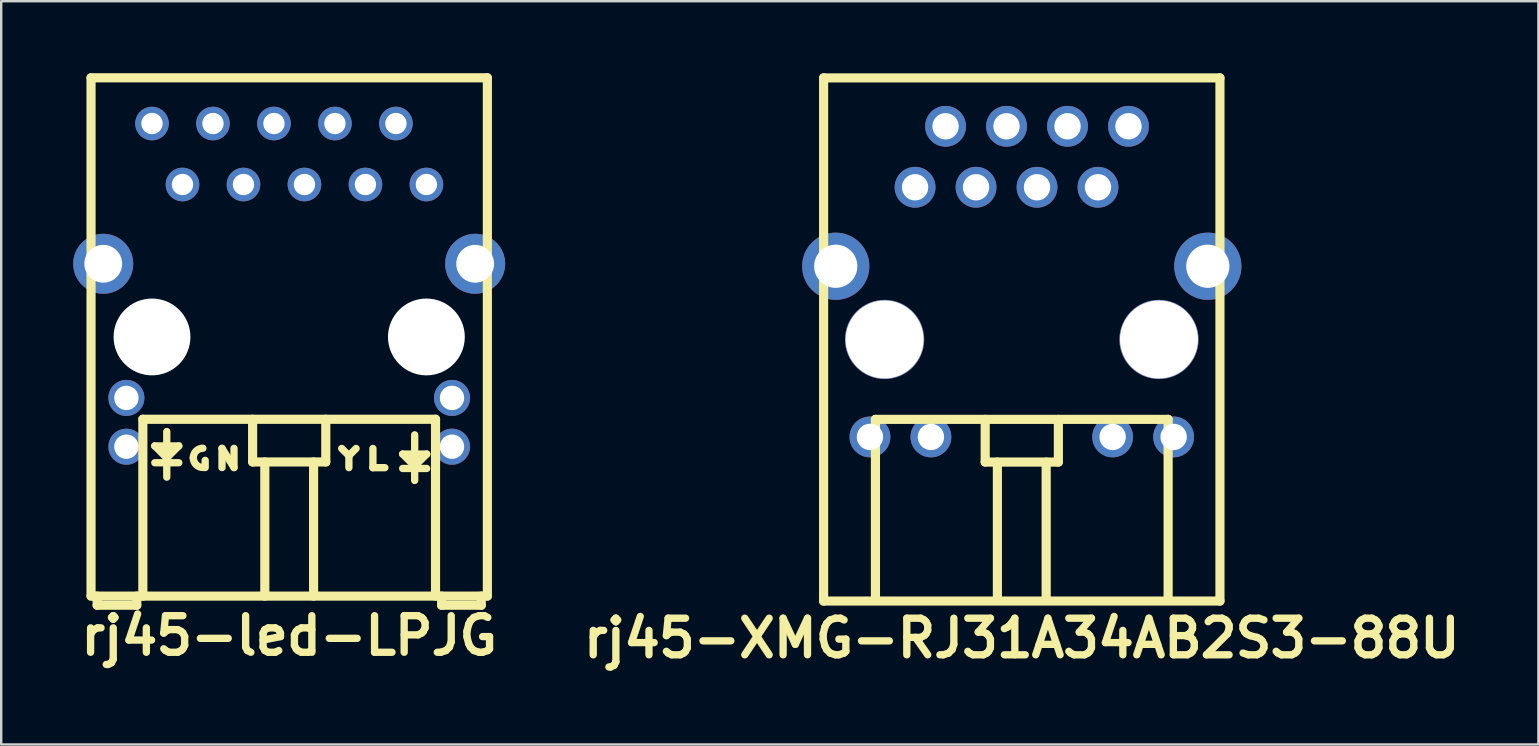
<source format=kicad_pcb>
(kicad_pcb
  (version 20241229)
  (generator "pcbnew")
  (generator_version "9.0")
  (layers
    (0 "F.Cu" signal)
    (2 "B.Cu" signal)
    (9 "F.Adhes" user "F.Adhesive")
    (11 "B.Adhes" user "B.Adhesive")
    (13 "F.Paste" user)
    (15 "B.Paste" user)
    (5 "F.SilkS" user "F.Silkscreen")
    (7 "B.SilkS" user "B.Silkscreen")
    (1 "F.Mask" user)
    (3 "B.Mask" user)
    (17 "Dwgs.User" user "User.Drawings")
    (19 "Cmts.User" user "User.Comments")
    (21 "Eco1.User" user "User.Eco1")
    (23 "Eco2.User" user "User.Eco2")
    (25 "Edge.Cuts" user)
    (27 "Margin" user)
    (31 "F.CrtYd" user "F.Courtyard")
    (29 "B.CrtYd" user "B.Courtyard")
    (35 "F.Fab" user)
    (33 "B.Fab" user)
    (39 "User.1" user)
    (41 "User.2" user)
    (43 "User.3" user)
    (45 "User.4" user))
  (footprint "rj45-XMG-RJ31A34AB2S3-88U"
    (layer "F.Cu")
    (at 39.514 11.091)
    (property "Reference" "rj45-XMG-RJ31A34AB2S3-88U" (at 0 12.446 0) (layer "F.SilkS") (effects (font (size 1.524 1.524) (thickness 0.305))))
    (attr through_hole)
    (fp_line (start -8.255 -10.895) (end 8.255 -10.895) (stroke (width 0.381) (type solid)) (layer "F.SilkS"))
    (fp_line (start -8.255 10.895) (end 8.255 10.895) (stroke (width 0.381) (type solid)) (layer "F.SilkS"))
    (fp_line (start -8.255 10.9) (end -8.255 -10.9) (stroke (width 0.381) (type solid)) (layer "F.SilkS"))
    (fp_line (start -6.096 3.329) (end -6.096 10.695) (stroke (width 0.381) (type solid)) (layer "F.SilkS"))
    (fp_line (start -6.096 3.329) (end 6.096 3.329) (stroke (width 0.381) (type solid)) (layer "F.SilkS"))
    (fp_line (start -1.524 5.107) (end -1.524 3.329) (stroke (width 0.381) (type solid)) (layer "F.SilkS"))
    (fp_line (start -1.016 10.695) (end -1.016 5.107) (stroke (width 0.381) (type solid)) (layer "F.SilkS"))
    (fp_line (start 1.016 5.107) (end 1.016 10.695) (stroke (width 0.381) (type solid)) (layer "F.SilkS"))
    (fp_line (start 1.524 3.329) (end 1.524 5.107) (stroke (width 0.381) (type solid)) (layer "F.SilkS"))
    (fp_line (start 1.524 5.107) (end -1.524 5.107) (stroke (width 0.381) (type solid)) (layer "F.SilkS"))
    (fp_line (start 6.096 3.329) (end 6.096 10.695) (stroke (width 0.381) (type solid)) (layer "F.SilkS"))
    (fp_line (start 8.255 -10.9) (end 8.255 10.9) (stroke (width 0.381) (type solid)) (layer "F.SilkS"))
    (pad "" np_thru_hole circle (at -5.715 0) (size 3.3 3.3) (drill 3.25) (layers "*.Cu"))
    (pad "" np_thru_hole circle (at 5.715 0) (size 3.3 3.3) (drill 3.25) (layers "*.Cu"))
    (pad "1" thru_hole circle (at -4.445 -6.34) (size 1.7 1.7) (drill 1.1) (layers "*.Cu" "*.Mask"))
    (pad "2" thru_hole circle (at -3.175 -8.88) (size 1.7 1.7) (drill 1.1) (layers "*.Cu" "*.Mask"))
    (pad "3" thru_hole circle (at -1.905 -6.34) (size 1.7 1.7) (drill 1.1) (layers "*.Cu" "*.Mask"))
    (pad "4" thru_hole circle (at -0.635 -8.88) (size 1.7 1.7) (drill 1.1) (layers "*.Cu" "*.Mask"))
    (pad "5" thru_hole circle (at 0.635 -6.34) (size 1.7 1.7) (drill 1.1) (layers "*.Cu" "*.Mask"))
    (pad "6" thru_hole circle (at 1.905 -8.88) (size 1.7 1.7) (drill 1.1) (layers "*.Cu" "*.Mask"))
    (pad "7" thru_hole circle (at 3.175 -6.34) (size 1.7 1.7) (drill 1.1) (layers "*.Cu" "*.Mask"))
    (pad "8" thru_hole circle (at 4.445 -8.88) (size 1.7 1.7) (drill 1.1) (layers "*.Cu" "*.Mask"))
    (pad "9" thru_hole circle (at -6.325 4.06) (size 1.7 1.7) (drill 1.1) (layers "*.Cu" "*.Mask"))
    (pad "10" thru_hole circle (at -3.785 4.06) (size 1.7 1.7) (drill 1.1) (layers "*.Cu" "*.Mask"))
    (pad "11" thru_hole circle (at 3.785 4.06) (size 1.7 1.7) (drill 1.1) (layers "*.Cu" "*.Mask"))
    (pad "12" thru_hole circle (at 6.325 4.06) (size 1.7 1.7) (drill 1.1) (layers "*.Cu" "*.Mask"))
    (pad "13" thru_hole circle (at -7.75 -3.05) (size 2.8 2.8) (drill 1.8) (layers "*.Cu" "*.Mask"))
    (pad "14" thru_hole circle (at 7.75 -3.05) (size 2.8 2.8) (drill 1.8) (layers "*.Cu" "*.Mask")))
  (footprint "rj45-led-LPJG"
    (layer "F.Cu")
    (at 8.997 10.986)
    (property "Reference" "rj45-led-LPJG" (at 0 12.446 0) (layer "F.SilkS") (effects (font (size 1.524 1.524) (thickness 0.305))))
    (attr through_hole)
    (fp_line (start -8.255 -10.795) (end 8.255 -10.795) (stroke (width 0.381) (type solid)) (layer "F.SilkS"))
    (fp_line (start -8.255 10.795) (end -8.255 -10.795) (stroke (width 0.381) (type solid)) (layer "F.SilkS"))
    (fp_line (start -8.255 10.795) (end 8.255 10.795) (stroke (width 0.381) (type solid)) (layer "F.SilkS"))
    (fp_line (start -8.001 11.176) (end -8.001 10.795) (stroke (width 0.381) (type solid)) (layer "F.SilkS"))
    (fp_line (start -8.001 11.176) (end -6.35 11.176) (stroke (width 0.381) (type solid)) (layer "F.SilkS"))
    (fp_line (start -6.35 11.176) (end -6.35 10.795) (stroke (width 0.381) (type solid)) (layer "F.SilkS"))
    (fp_line (start -6.096 3.429) (end -6.096 10.795) (stroke (width 0.381) (type solid)) (layer "F.SilkS"))
    (fp_line (start -6.096 3.429) (end 6.096 3.429) (stroke (width 0.381) (type solid)) (layer "F.SilkS"))
    (fp_line (start -5.601 4.539) (end -4.6 4.539) (stroke (width 0.305) (type solid)) (layer "F.SilkS"))
    (fp_line (start -5.1 5.039) (end -5.601 4.539) (stroke (width 0.305) (type solid)) (layer "F.SilkS"))
    (fp_line (start -5.1 5.839) (end -5.1 3.94) (stroke (width 0.305) (type solid)) (layer "F.SilkS"))
    (fp_line (start -4.6 4.539) (end -5.1 5.039) (stroke (width 0.305) (type solid)) (layer "F.SilkS"))
    (fp_line (start -4.6 5.24) (end -5.598 5.24) (stroke (width 0.305) (type solid)) (layer "F.SilkS"))
    (fp_line (start -3.5 5.141) (end -3.5 5.441) (stroke (width 0.305) (type solid)) (layer "F.SilkS"))
    (fp_line (start -2.799 4.641) (end -2.299 5.441) (stroke (width 0.305) (type solid)) (layer "F.SilkS"))
    (fp_line (start -2.799 5.441) (end -2.799 4.641) (stroke (width 0.305) (type solid)) (layer "F.SilkS"))
    (fp_line (start -2.299 5.441) (end -2.299 4.641) (stroke (width 0.305) (type solid)) (layer "F.SilkS"))
    (fp_line (start -1.524 5.207) (end -1.524 3.429) (stroke (width 0.381) (type solid)) (layer "F.SilkS"))
    (fp_line (start -1.016 10.795) (end -1.016 5.207) (stroke (width 0.381) (type solid)) (layer "F.SilkS"))
    (fp_line (start 1.016 5.207) (end 1.016 10.795) (stroke (width 0.381) (type solid)) (layer "F.SilkS"))
    (fp_line (start 1.524 3.429) (end 1.524 5.207) (stroke (width 0.381) (type solid)) (layer "F.SilkS"))
    (fp_line (start 1.524 5.207) (end -1.524 5.207) (stroke (width 0.381) (type solid)) (layer "F.SilkS"))
    (fp_line (start 2.487 4.943) (end 2.487 5.443) (stroke (width 0.305) (type solid)) (layer "F.SilkS"))
    (fp_line (start 2.487 4.945) (end 2.187 4.646) (stroke (width 0.305) (type solid)) (layer "F.SilkS"))
    (fp_line (start 2.487 4.945) (end 2.786 4.646) (stroke (width 0.305) (type solid)) (layer "F.SilkS"))
    (fp_line (start 3.487 4.646) (end 3.487 5.446) (stroke (width 0.305) (type solid)) (layer "F.SilkS"))
    (fp_line (start 3.487 5.446) (end 3.985 5.446) (stroke (width 0.305) (type solid)) (layer "F.SilkS"))
    (fp_line (start 4.727 4.879) (end 5.728 4.879) (stroke (width 0.305) (type solid)) (layer "F.SilkS"))
    (fp_line (start 5.227 4.079) (end 5.227 5.979) (stroke (width 0.305) (type solid)) (layer "F.SilkS"))
    (fp_line (start 5.227 5.38) (end 4.727 4.879) (stroke (width 0.305) (type solid)) (layer "F.SilkS"))
    (fp_line (start 5.728 4.879) (end 5.227 5.38) (stroke (width 0.305) (type solid)) (layer "F.SilkS"))
    (fp_line (start 5.728 5.479) (end 4.727 5.479) (stroke (width 0.305) (type solid)) (layer "F.SilkS"))
    (fp_line (start 6.096 3.429) (end 6.096 10.795) (stroke (width 0.381) (type solid)) (layer "F.SilkS"))
    (fp_line (start 6.35 11.176) (end 6.35 10.795) (stroke (width 0.381) (type solid)) (layer "F.SilkS"))
    (fp_line (start 6.35 11.176) (end 8.001 11.176) (stroke (width 0.381) (type solid)) (layer "F.SilkS"))
    (fp_line (start 8.001 11.176) (end 8.001 10.795) (stroke (width 0.381) (type solid)) (layer "F.SilkS"))
    (fp_line (start 8.255 -10.795) (end 8.255 10.795) (stroke (width 0.381) (type solid)) (layer "F.SilkS"))
    (fp_arc (start -3.99542 5.03682) (mid -3.877876 4.753044) (end -3.5941 4.6355) (stroke (width 0.3048) (type solid)) (layer "F.SilkS"))
    (fp_arc (start -3.5941 5.43814) (mid -3.877876 5.320596) (end -3.99542 5.03682) (stroke (width 0.3048) (type solid)) (layer "F.SilkS"))
    (pad "" np_thru_hole circle (at -5.715 0) (size 3.2 3.2) (drill 3.2) (layers "*.Cu"))
    (pad "" np_thru_hole circle (at 5.715 0) (size 3.2 3.2) (drill 3.2) (layers "*.Cu"))
    (pad "1" thru_hole circle (at 5.715 -6.35) (size 1.4 1.4) (drill 0.889) (layers "*.Cu" "*.Mask"))
    (pad "2" thru_hole circle (at 4.445 -8.89) (size 1.4 1.4) (drill 0.889) (layers "*.Cu" "*.Mask"))
    (pad "3" thru_hole circle (at 3.175 -6.35) (size 1.4 1.4) (drill 0.889) (layers "*.Cu" "*.Mask"))
    (pad "4" thru_hole circle (at 1.905 -8.89) (size 1.4 1.4) (drill 0.889) (layers "*.Cu" "*.Mask"))
    (pad "5" thru_hole circle (at 0.635 -6.35) (size 1.4 1.4) (drill 0.889) (layers "*.Cu" "*.Mask"))
    (pad "6" thru_hole circle (at -0.635 -8.89) (size 1.4 1.4) (drill 0.889) (layers "*.Cu" "*.Mask"))
    (pad "7" thru_hole circle (at -1.905 -6.35) (size 1.4 1.4) (drill 0.889) (layers "*.Cu" "*.Mask"))
    (pad "8" thru_hole circle (at -3.175 -8.89) (size 1.4 1.4) (drill 0.889) (layers "*.Cu" "*.Mask"))
    (pad "9" thru_hole circle (at -4.445 -6.35) (size 1.4 1.4) (drill 0.889) (layers "*.Cu" "*.Mask"))
    (pad "10" thru_hole circle (at -5.715 -8.89) (size 1.4 1.4) (drill 0.889) (layers "*.Cu" "*.Mask"))
    (pad "11" thru_hole circle (at 6.782 2.54) (size 1.501 1.501) (drill 1.016) (layers "*.Cu" "*.Mask"))
    (pad "12" thru_hole circle (at 6.782 4.572) (size 1.501 1.501) (drill 1.016) (layers "*.Cu" "*.Mask"))
    (pad "13" thru_hole circle (at -6.782 2.54) (size 1.501 1.501) (drill 1.016) (layers "*.Cu" "*.Mask"))
    (pad "14" thru_hole circle (at -6.782 4.572) (size 1.501 1.501) (drill 1.016) (layers "*.Cu" "*.Mask"))
    (pad "15" thru_hole circle (at 7.747 -3.048) (size 2.499 2.499) (drill 1.575) (layers "*.Cu" "*.Mask"))
    (pad "16" thru_hole circle (at -7.747 -3.048) (size 2.499 2.499) (drill 1.575) (layers "*.Cu" "*.Mask")))
  (gr_rect
    (start -3 -3)
    (end 61.034 27.963)
    (stroke (width 0.1) (type default))
    (fill no)
    (layer "Edge.Cuts")))
</source>
